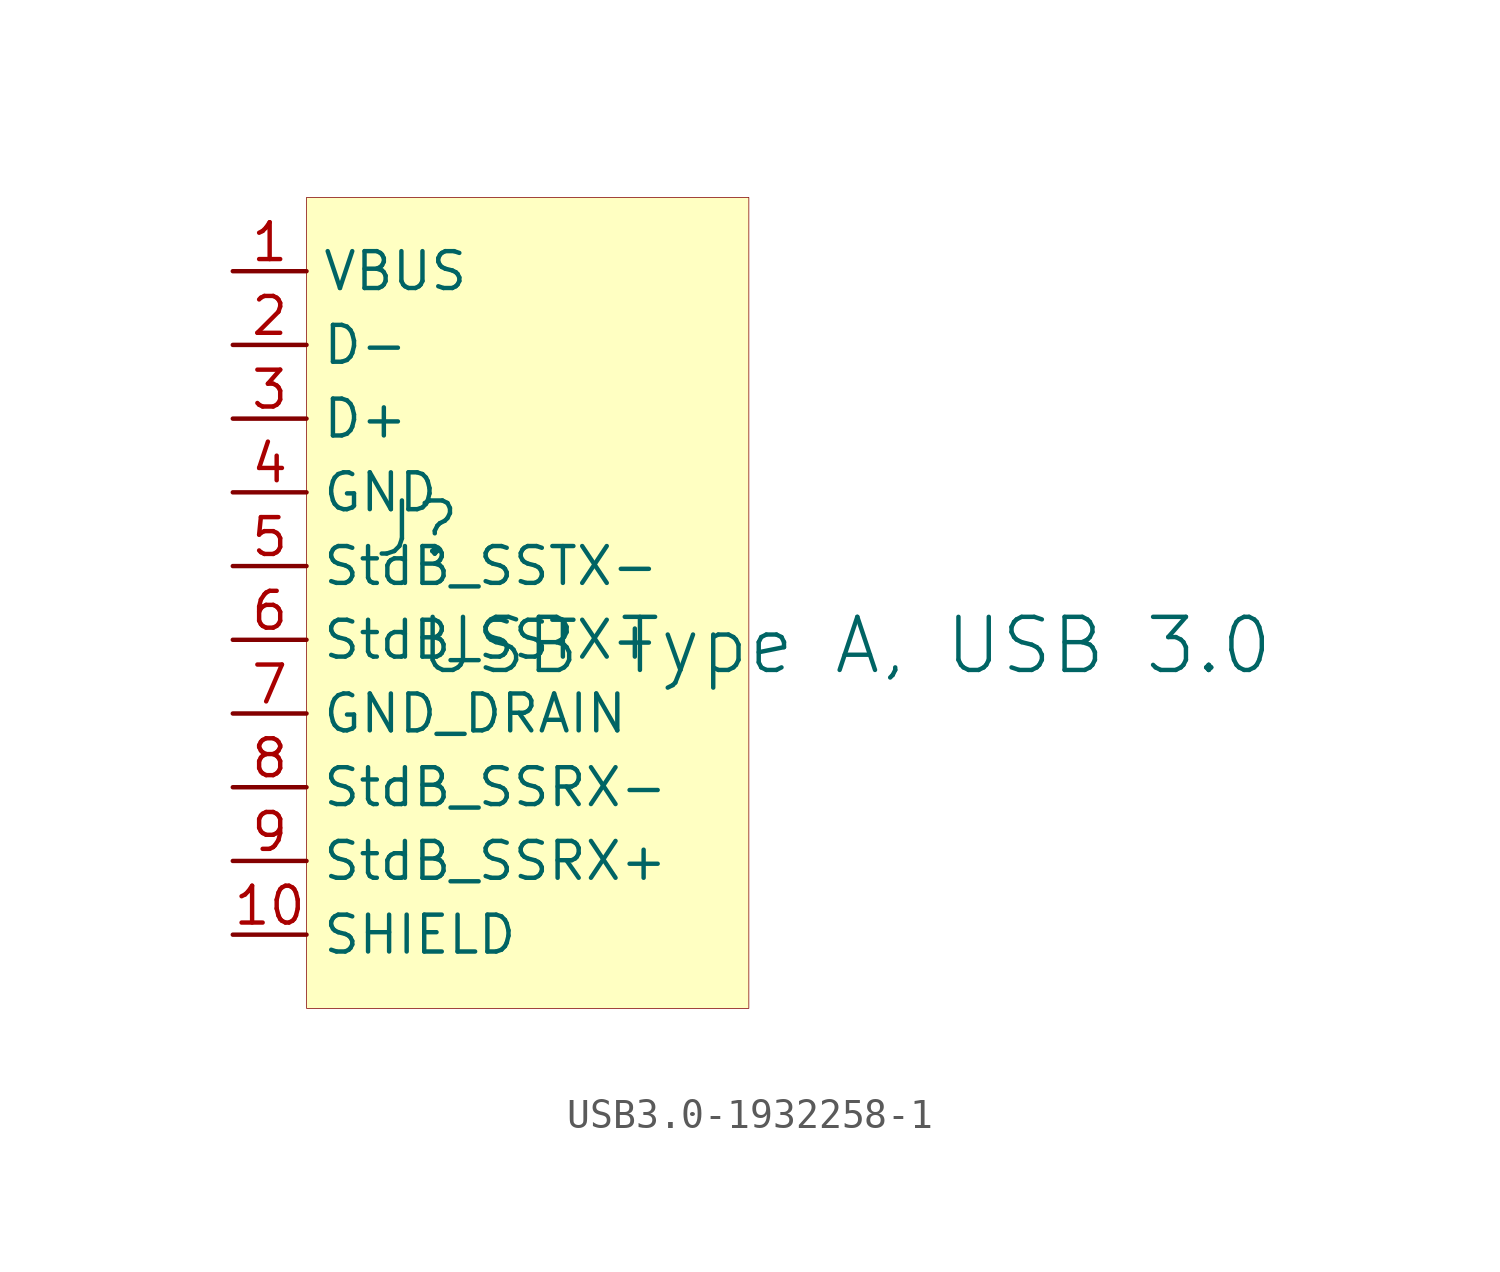
<source format=kicad_sym>
(kicad_symbol_lib
  (version 20241209)
  (generator "kicad_symbol_editor")
  (generator_version "9.0")
  (symbol "USB3.0-1932258-1"
    (property "Reference" "J"
      (at -1.27 1.27 0)
      (effects (font (size 1.829 1.829))))
    (property "Value" "USB Type A, USB 3.0"
      (at -1.27 -3.81 0)
      (effects (font (size 1.829 1.829)) (justify left bottom)))
    (symbol "USB3.0-1932258-1_1_0"
      (rectangle (start 10.16 12.7) (end -5.08 -15.24) (stroke (width 0.025) (type solid) (color 128 0 0 1)) (fill (type background)))
      (pin passive line (at -7.62 10.16 0) (length 2.54) (name "VBUS" (effects (font (size 1.27 1.27)))) (number "1" (effects (font (size 1.27 1.27)))))
      (pin passive line (at -7.62 7.62 0) (length 2.54) (name "D-" (effects (font (size 1.27 1.27)))) (number "2" (effects (font (size 1.27 1.27)))))
      (pin passive line (at -7.62 5.08 0) (length 2.54) (name "D+" (effects (font (size 1.27 1.27)))) (number "3" (effects (font (size 1.27 1.27)))))
      (pin passive line (at -7.62 2.54 0) (length 2.54) (name "GND" (effects (font (size 1.27 1.27)))) (number "4" (effects (font (size 1.27 1.27)))))
      (pin passive line (at -7.62 0 0) (length 2.54) (name "StdB_SSTX-" (effects (font (size 1.27 1.27)))) (number "5" (effects (font (size 1.27 1.27)))))
      (pin passive line (at -7.62 -2.54 0) (length 2.54) (name "StdB_SSTX+" (effects (font (size 1.27 1.27)))) (number "6" (effects (font (size 1.27 1.27)))))
      (pin passive line (at -7.62 -5.08 0) (length 2.54) (name "GND_DRAIN" (effects (font (size 1.27 1.27)))) (number "7" (effects (font (size 1.27 1.27)))))
      (pin passive line (at -7.62 -7.62 0) (length 2.54) (name "StdB_SSRX-" (effects (font (size 1.27 1.27)))) (number "8" (effects (font (size 1.27 1.27)))))
      (pin passive line (at -7.62 -10.16 0) (length 2.54) (name "StdB_SSRX+" (effects (font (size 1.27 1.27)))) (number "9" (effects (font (size 1.27 1.27)))))
      (pin passive line (at -7.62 -12.7 0) (length 2.54) (name "SHIELD" (effects (font (size 1.27 1.27)))) (number "10" (effects (font (size 1.27 1.27))))))))
</source>
